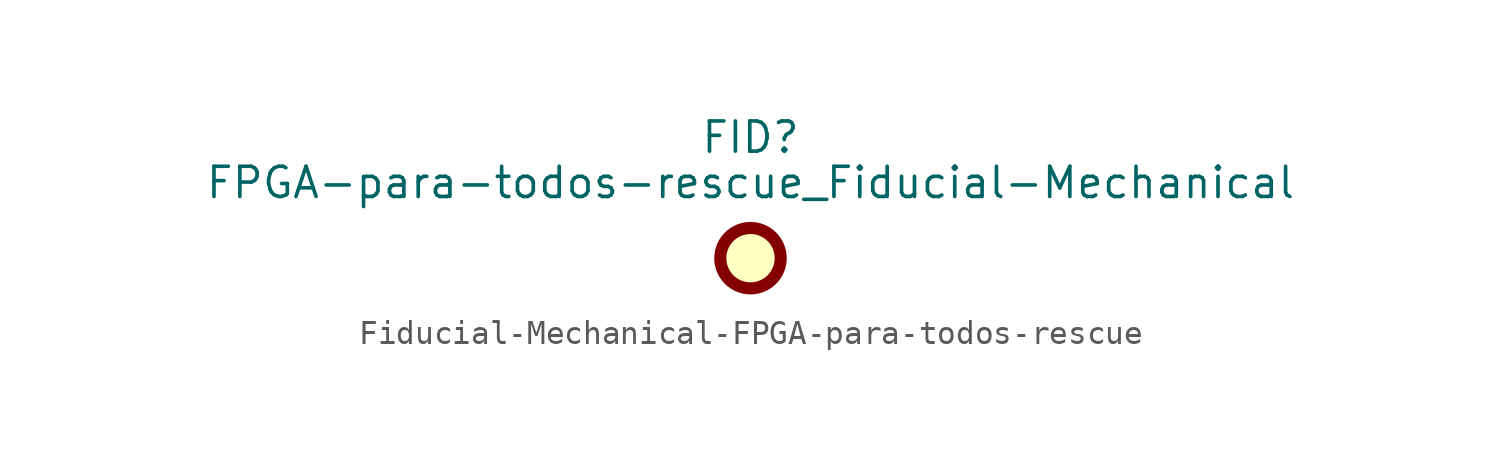
<source format=kicad_sym>
(kicad_symbol_lib
  (version 20231120)
  (generator "kicad_symbol_editor")
  (generator_version "8.0")
  (symbol "Fiducial-Mechanical-FPGA-para-todos-rescue"
    (property "Reference" "FID"
      (at 0 5.08 0)
      (effects (font (size 1.27 1.27))))
    (property "Value" "FPGA-para-todos-rescue_Fiducial-Mechanical"
      (at 0 3.175 0)
      (effects (font (size 1.27 1.27))))
    (symbol "Fiducial-Mechanical-FPGA-para-todos-rescue_0_1"
      (circle (center 0 0) (radius 1.27) (stroke (width 0.508) (type solid)) (fill (type background))))))
</source>
